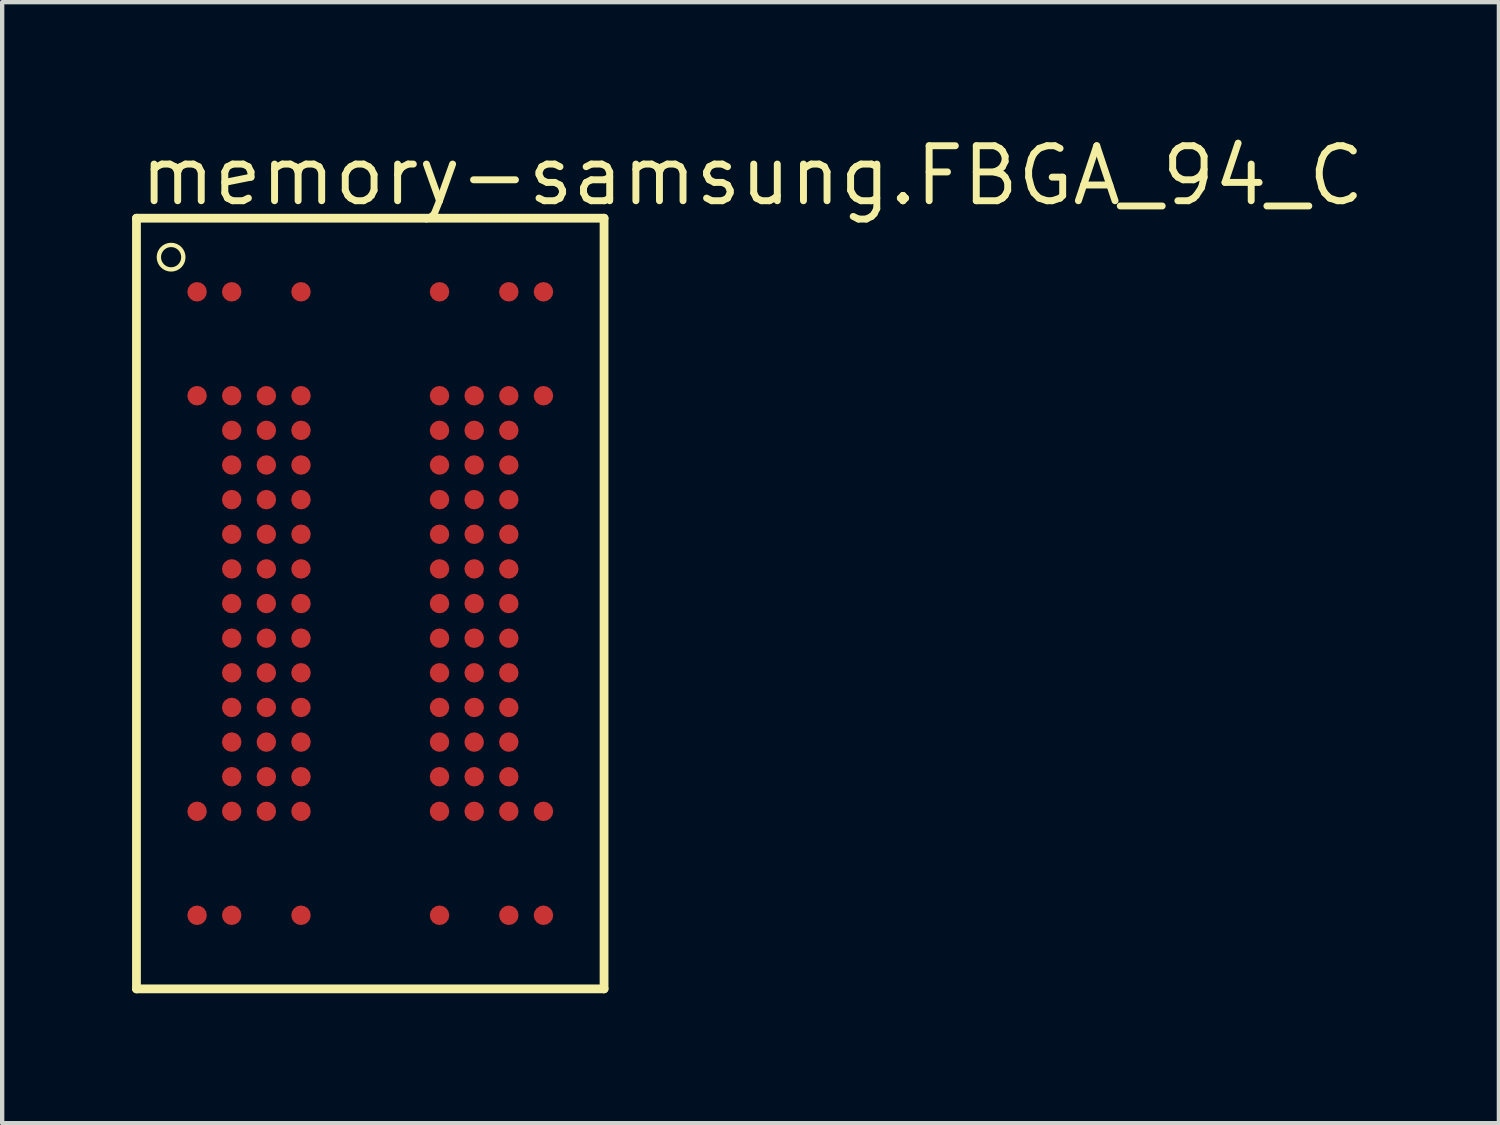
<source format=kicad_pcb>
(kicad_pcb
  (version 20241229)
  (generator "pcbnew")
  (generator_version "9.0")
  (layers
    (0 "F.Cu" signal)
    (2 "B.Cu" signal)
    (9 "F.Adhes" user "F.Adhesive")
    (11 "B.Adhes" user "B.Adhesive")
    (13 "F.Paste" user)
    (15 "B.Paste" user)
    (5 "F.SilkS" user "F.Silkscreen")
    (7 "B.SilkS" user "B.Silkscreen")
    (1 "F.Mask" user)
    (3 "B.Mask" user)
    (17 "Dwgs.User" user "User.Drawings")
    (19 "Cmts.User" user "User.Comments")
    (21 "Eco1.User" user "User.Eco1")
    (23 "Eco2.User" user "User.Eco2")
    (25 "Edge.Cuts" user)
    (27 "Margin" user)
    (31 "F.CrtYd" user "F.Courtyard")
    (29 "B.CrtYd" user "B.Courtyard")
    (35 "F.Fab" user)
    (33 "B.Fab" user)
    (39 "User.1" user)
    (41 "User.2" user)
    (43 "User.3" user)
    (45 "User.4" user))
  (footprint "memory-samsung.FBGA_94_C"
    (layer "F.Cu")
    (at 5.502 10.89)
    (property "Reference" "memory-samsung.FBGA_94_C" (at -5.4 -9.14 0) (layer "F.SilkS") (effects (font (size 1.27 1.27) (thickness 0.16)) (justify left bottom)))
    (attr smd)
    (fp_circle (center -4 -7.2) (end -3.775 -7.2) (stroke (width 0.1) (type default)) (fill no) (layer "F.Mask"))
    (fp_circle (center -4 -4.8) (end -3.775 -4.8) (stroke (width 0.1) (type default)) (fill no) (layer "F.Mask"))
    (fp_circle (center -4 4.8) (end -3.775 4.8) (stroke (width 0.1) (type default)) (fill no) (layer "F.Mask"))
    (fp_circle (center -4 7.2) (end -3.775 7.2) (stroke (width 0.1) (type default)) (fill no) (layer "F.Mask"))
    (fp_circle (center -3.2 -7.2) (end -2.975 -7.2) (stroke (width 0.1) (type default)) (fill no) (layer "F.Mask"))
    (fp_circle (center -3.2 -4.8) (end -2.975 -4.8) (stroke (width 0.1) (type default)) (fill no) (layer "F.Mask"))
    (fp_circle (center -3.2 -4) (end -2.975 -4) (stroke (width 0.1) (type default)) (fill no) (layer "F.Mask"))
    (fp_circle (center -3.2 -3.2) (end -2.975 -3.2) (stroke (width 0.1) (type default)) (fill no) (layer "F.Mask"))
    (fp_circle (center -3.2 -2.4) (end -2.975 -2.4) (stroke (width 0.1) (type default)) (fill no) (layer "F.Mask"))
    (fp_circle (center -3.2 -1.6) (end -2.975 -1.6) (stroke (width 0.1) (type default)) (fill no) (layer "F.Mask"))
    (fp_circle (center -3.2 -0.8) (end -2.975 -0.8) (stroke (width 0.1) (type default)) (fill no) (layer "F.Mask"))
    (fp_circle (center -3.2 0) (end -2.975 0) (stroke (width 0.1) (type default)) (fill no) (layer "F.Mask"))
    (fp_circle (center -3.2 0.8) (end -2.975 0.8) (stroke (width 0.1) (type default)) (fill no) (layer "F.Mask"))
    (fp_circle (center -3.2 1.6) (end -2.975 1.6) (stroke (width 0.1) (type default)) (fill no) (layer "F.Mask"))
    (fp_circle (center -3.2 2.4) (end -2.975 2.4) (stroke (width 0.1) (type default)) (fill no) (layer "F.Mask"))
    (fp_circle (center -3.2 3.2) (end -2.975 3.2) (stroke (width 0.1) (type default)) (fill no) (layer "F.Mask"))
    (fp_circle (center -3.2 4) (end -2.975 4) (stroke (width 0.1) (type default)) (fill no) (layer "F.Mask"))
    (fp_circle (center -3.2 4.8) (end -2.975 4.8) (stroke (width 0.1) (type default)) (fill no) (layer "F.Mask"))
    (fp_circle (center -3.2 7.2) (end -2.975 7.2) (stroke (width 0.1) (type default)) (fill no) (layer "F.Mask"))
    (fp_circle (center -2.4 -4.8) (end -2.175 -4.8) (stroke (width 0.1) (type default)) (fill no) (layer "F.Mask"))
    (fp_circle (center -2.4 -4) (end -2.175 -4) (stroke (width 0.1) (type default)) (fill no) (layer "F.Mask"))
    (fp_circle (center -2.4 -3.2) (end -2.175 -3.2) (stroke (width 0.1) (type default)) (fill no) (layer "F.Mask"))
    (fp_circle (center -2.4 -2.4) (end -2.175 -2.4) (stroke (width 0.1) (type default)) (fill no) (layer "F.Mask"))
    (fp_circle (center -2.4 -1.6) (end -2.175 -1.6) (stroke (width 0.1) (type default)) (fill no) (layer "F.Mask"))
    (fp_circle (center -2.4 -0.8) (end -2.175 -0.8) (stroke (width 0.1) (type default)) (fill no) (layer "F.Mask"))
    (fp_circle (center -2.4 0) (end -2.175 0) (stroke (width 0.1) (type default)) (fill no) (layer "F.Mask"))
    (fp_circle (center -2.4 0.8) (end -2.175 0.8) (stroke (width 0.1) (type default)) (fill no) (layer "F.Mask"))
    (fp_circle (center -2.4 1.6) (end -2.175 1.6) (stroke (width 0.1) (type default)) (fill no) (layer "F.Mask"))
    (fp_circle (center -2.4 2.4) (end -2.175 2.4) (stroke (width 0.1) (type default)) (fill no) (layer "F.Mask"))
    (fp_circle (center -2.4 3.2) (end -2.175 3.2) (stroke (width 0.1) (type default)) (fill no) (layer "F.Mask"))
    (fp_circle (center -2.4 4) (end -2.175 4) (stroke (width 0.1) (type default)) (fill no) (layer "F.Mask"))
    (fp_circle (center -2.4 4.8) (end -2.175 4.8) (stroke (width 0.1) (type default)) (fill no) (layer "F.Mask"))
    (fp_circle (center -1.6 -7.2) (end -1.375 -7.2) (stroke (width 0.1) (type default)) (fill no) (layer "F.Mask"))
    (fp_circle (center -1.6 -4.8) (end -1.375 -4.8) (stroke (width 0.1) (type default)) (fill no) (layer "F.Mask"))
    (fp_circle (center -1.6 -4) (end -1.375 -4) (stroke (width 0.1) (type default)) (fill no) (layer "F.Mask"))
    (fp_circle (center -1.6 -3.2) (end -1.375 -3.2) (stroke (width 0.1) (type default)) (fill no) (layer "F.Mask"))
    (fp_circle (center -1.6 -2.4) (end -1.375 -2.4) (stroke (width 0.1) (type default)) (fill no) (layer "F.Mask"))
    (fp_circle (center -1.6 -1.6) (end -1.375 -1.6) (stroke (width 0.1) (type default)) (fill no) (layer "F.Mask"))
    (fp_circle (center -1.6 -0.8) (end -1.375 -0.8) (stroke (width 0.1) (type default)) (fill no) (layer "F.Mask"))
    (fp_circle (center -1.6 0) (end -1.375 0) (stroke (width 0.1) (type default)) (fill no) (layer "F.Mask"))
    (fp_circle (center -1.6 0.8) (end -1.375 0.8) (stroke (width 0.1) (type default)) (fill no) (layer "F.Mask"))
    (fp_circle (center -1.6 1.6) (end -1.375 1.6) (stroke (width 0.1) (type default)) (fill no) (layer "F.Mask"))
    (fp_circle (center -1.6 2.4) (end -1.375 2.4) (stroke (width 0.1) (type default)) (fill no) (layer "F.Mask"))
    (fp_circle (center -1.6 3.2) (end -1.375 3.2) (stroke (width 0.1) (type default)) (fill no) (layer "F.Mask"))
    (fp_circle (center -1.6 4) (end -1.375 4) (stroke (width 0.1) (type default)) (fill no) (layer "F.Mask"))
    (fp_circle (center -1.6 4.8) (end -1.375 4.8) (stroke (width 0.1) (type default)) (fill no) (layer "F.Mask"))
    (fp_circle (center -1.6 7.2) (end -1.375 7.2) (stroke (width 0.1) (type default)) (fill no) (layer "F.Mask"))
    (fp_circle (center 1.6 -7.2) (end 1.825 -7.2) (stroke (width 0.1) (type default)) (fill no) (layer "F.Mask"))
    (fp_circle (center 1.6 -4.8) (end 1.825 -4.8) (stroke (width 0.1) (type default)) (fill no) (layer "F.Mask"))
    (fp_circle (center 1.6 -4) (end 1.825 -4) (stroke (width 0.1) (type default)) (fill no) (layer "F.Mask"))
    (fp_circle (center 1.6 -3.2) (end 1.825 -3.2) (stroke (width 0.1) (type default)) (fill no) (layer "F.Mask"))
    (fp_circle (center 1.6 -2.4) (end 1.825 -2.4) (stroke (width 0.1) (type default)) (fill no) (layer "F.Mask"))
    (fp_circle (center 1.6 -1.6) (end 1.825 -1.6) (stroke (width 0.1) (type default)) (fill no) (layer "F.Mask"))
    (fp_circle (center 1.6 -0.8) (end 1.825 -0.8) (stroke (width 0.1) (type default)) (fill no) (layer "F.Mask"))
    (fp_circle (center 1.6 0) (end 1.825 0) (stroke (width 0.1) (type default)) (fill no) (layer "F.Mask"))
    (fp_circle (center 1.6 0.8) (end 1.825 0.8) (stroke (width 0.1) (type default)) (fill no) (layer "F.Mask"))
    (fp_circle (center 1.6 1.6) (end 1.825 1.6) (stroke (width 0.1) (type default)) (fill no) (layer "F.Mask"))
    (fp_circle (center 1.6 2.4) (end 1.825 2.4) (stroke (width 0.1) (type default)) (fill no) (layer "F.Mask"))
    (fp_circle (center 1.6 3.2) (end 1.825 3.2) (stroke (width 0.1) (type default)) (fill no) (layer "F.Mask"))
    (fp_circle (center 1.6 4) (end 1.825 4) (stroke (width 0.1) (type default)) (fill no) (layer "F.Mask"))
    (fp_circle (center 1.6 4.8) (end 1.825 4.8) (stroke (width 0.1) (type default)) (fill no) (layer "F.Mask"))
    (fp_circle (center 1.6 7.2) (end 1.825 7.2) (stroke (width 0.1) (type default)) (fill no) (layer "F.Mask"))
    (fp_circle (center 2.4 -4.8) (end 2.625 -4.8) (stroke (width 0.1) (type default)) (fill no) (layer "F.Mask"))
    (fp_circle (center 2.4 -4) (end 2.625 -4) (stroke (width 0.1) (type default)) (fill no) (layer "F.Mask"))
    (fp_circle (center 2.4 -3.2) (end 2.625 -3.2) (stroke (width 0.1) (type default)) (fill no) (layer "F.Mask"))
    (fp_circle (center 2.4 -2.4) (end 2.625 -2.4) (stroke (width 0.1) (type default)) (fill no) (layer "F.Mask"))
    (fp_circle (center 2.4 -1.6) (end 2.625 -1.6) (stroke (width 0.1) (type default)) (fill no) (layer "F.Mask"))
    (fp_circle (center 2.4 -0.8) (end 2.625 -0.8) (stroke (width 0.1) (type default)) (fill no) (layer "F.Mask"))
    (fp_circle (center 2.4 0) (end 2.625 0) (stroke (width 0.1) (type default)) (fill no) (layer "F.Mask"))
    (fp_circle (center 2.4 0.8) (end 2.625 0.8) (stroke (width 0.1) (type default)) (fill no) (layer "F.Mask"))
    (fp_circle (center 2.4 1.6) (end 2.625 1.6) (stroke (width 0.1) (type default)) (fill no) (layer "F.Mask"))
    (fp_circle (center 2.4 2.4) (end 2.625 2.4) (stroke (width 0.1) (type default)) (fill no) (layer "F.Mask"))
    (fp_circle (center 2.4 3.2) (end 2.625 3.2) (stroke (width 0.1) (type default)) (fill no) (layer "F.Mask"))
    (fp_circle (center 2.4 4) (end 2.625 4) (stroke (width 0.1) (type default)) (fill no) (layer "F.Mask"))
    (fp_circle (center 2.4 4.8) (end 2.625 4.8) (stroke (width 0.1) (type default)) (fill no) (layer "F.Mask"))
    (fp_circle (center 3.2 -7.2) (end 3.425 -7.2) (stroke (width 0.1) (type default)) (fill no) (layer "F.Mask"))
    (fp_circle (center 3.2 -4.8) (end 3.425 -4.8) (stroke (width 0.1) (type default)) (fill no) (layer "F.Mask"))
    (fp_circle (center 3.2 -4) (end 3.425 -4) (stroke (width 0.1) (type default)) (fill no) (layer "F.Mask"))
    (fp_circle (center 3.2 -3.2) (end 3.425 -3.2) (stroke (width 0.1) (type default)) (fill no) (layer "F.Mask"))
    (fp_circle (center 3.2 -2.4) (end 3.425 -2.4) (stroke (width 0.1) (type default)) (fill no) (layer "F.Mask"))
    (fp_circle (center 3.2 -1.6) (end 3.425 -1.6) (stroke (width 0.1) (type default)) (fill no) (layer "F.Mask"))
    (fp_circle (center 3.2 -0.8) (end 3.425 -0.8) (stroke (width 0.1) (type default)) (fill no) (layer "F.Mask"))
    (fp_circle (center 3.2 0) (end 3.425 0) (stroke (width 0.1) (type default)) (fill no) (layer "F.Mask"))
    (fp_circle (center 3.2 0.8) (end 3.425 0.8) (stroke (width 0.1) (type default)) (fill no) (layer "F.Mask"))
    (fp_circle (center 3.2 1.6) (end 3.425 1.6) (stroke (width 0.1) (type default)) (fill no) (layer "F.Mask"))
    (fp_circle (center 3.2 2.4) (end 3.425 2.4) (stroke (width 0.1) (type default)) (fill no) (layer "F.Mask"))
    (fp_circle (center 3.2 3.2) (end 3.425 3.2) (stroke (width 0.1) (type default)) (fill no) (layer "F.Mask"))
    (fp_circle (center 3.2 4) (end 3.425 4) (stroke (width 0.1) (type default)) (fill no) (layer "F.Mask"))
    (fp_circle (center 3.2 4.8) (end 3.425 4.8) (stroke (width 0.1) (type default)) (fill no) (layer "F.Mask"))
    (fp_circle (center 3.2 7.2) (end 3.425 7.2) (stroke (width 0.1) (type default)) (fill no) (layer "F.Mask"))
    (fp_circle (center 4 -7.2) (end 4.225 -7.2) (stroke (width 0.1) (type default)) (fill no) (layer "F.Mask"))
    (fp_circle (center 4 -4.8) (end 4.225 -4.8) (stroke (width 0.1) (type default)) (fill no) (layer "F.Mask"))
    (fp_circle (center 4 4.8) (end 4.225 4.8) (stroke (width 0.1) (type default)) (fill no) (layer "F.Mask"))
    (fp_circle (center 4 7.2) (end 4.225 7.2) (stroke (width 0.1) (type default)) (fill no) (layer "F.Mask"))
    (fp_line (start -5.4 -8.9) (end -5.4 8.9) (stroke (width 0.203) (type default)) (layer "F.SilkS"))
    (fp_line (start -5.4 8.9) (end 5.4 8.9) (stroke (width 0.203) (type default)) (layer "F.SilkS"))
    (fp_line (start 5.4 -8.9) (end -5.4 -8.9) (stroke (width 0.203) (type default)) (layer "F.SilkS"))
    (fp_line (start 5.4 8.9) (end 5.4 -8.9) (stroke (width 0.203) (type default)) (layer "F.SilkS"))
    (fp_circle (center -4.6 -8) (end -4.317 -8) (stroke (width 0.1) (type default)) (fill no) (layer "F.SilkS"))
    (pad "A1" smd roundrect (at -4 -7.2) (size 0.45 0.45) (layers "F.Cu" "F.Mask" "F.Paste") (roundrect_rratio 0.5))
    (pad "A2" smd roundrect (at -3.2 -7.2) (size 0.45 0.45) (layers "F.Cu" "F.Mask" "F.Paste") (roundrect_rratio 0.5))
    (pad "A4" smd roundrect (at -1.6 -7.2) (size 0.45 0.45) (layers "F.Cu" "F.Mask" "F.Paste") (roundrect_rratio 0.5))
    (pad "A8" smd roundrect (at 1.6 -7.2) (size 0.45 0.45) (layers "F.Cu" "F.Mask" "F.Paste") (roundrect_rratio 0.5))
    (pad "A10" smd roundrect (at 3.2 -7.2) (size 0.45 0.45) (layers "F.Cu" "F.Mask" "F.Paste") (roundrect_rratio 0.5))
    (pad "A11" smd roundrect (at 4 -7.2) (size 0.45 0.45) (layers "F.Cu" "F.Mask" "F.Paste") (roundrect_rratio 0.5))
    (pad "D1" smd roundrect (at -4 -4.8) (size 0.45 0.45) (layers "F.Cu" "F.Mask" "F.Paste") (roundrect_rratio 0.5))
    (pad "D2" smd roundrect (at -3.2 -4.8) (size 0.45 0.45) (layers "F.Cu" "F.Mask" "F.Paste") (roundrect_rratio 0.5))
    (pad "D3" smd roundrect (at -2.4 -4.8) (size 0.45 0.45) (layers "F.Cu" "F.Mask" "F.Paste") (roundrect_rratio 0.5))
    (pad "D4" smd roundrect (at -1.6 -4.8) (size 0.45 0.45) (layers "F.Cu" "F.Mask" "F.Paste") (roundrect_rratio 0.5))
    (pad "D8" smd roundrect (at 1.6 -4.8) (size 0.45 0.45) (layers "F.Cu" "F.Mask" "F.Paste") (roundrect_rratio 0.5))
    (pad "D9" smd roundrect (at 2.4 -4.8) (size 0.45 0.45) (layers "F.Cu" "F.Mask" "F.Paste") (roundrect_rratio 0.5))
    (pad "D10" smd roundrect (at 3.2 -4.8) (size 0.45 0.45) (layers "F.Cu" "F.Mask" "F.Paste") (roundrect_rratio 0.5))
    (pad "D11" smd roundrect (at 4 -4.8) (size 0.45 0.45) (layers "F.Cu" "F.Mask" "F.Paste") (roundrect_rratio 0.5))
    (pad "E2" smd roundrect (at -3.2 -4) (size 0.45 0.45) (layers "F.Cu" "F.Mask" "F.Paste") (roundrect_rratio 0.5))
    (pad "E3" smd roundrect (at -2.4 -4) (size 0.45 0.45) (layers "F.Cu" "F.Mask" "F.Paste") (roundrect_rratio 0.5))
    (pad "E4" smd roundrect (at -1.6 -4) (size 0.45 0.45) (layers "F.Cu" "F.Mask" "F.Paste") (roundrect_rratio 0.5))
    (pad "E8" smd roundrect (at 1.6 -4) (size 0.45 0.45) (layers "F.Cu" "F.Mask" "F.Paste") (roundrect_rratio 0.5))
    (pad "E9" smd roundrect (at 2.4 -4) (size 0.45 0.45) (layers "F.Cu" "F.Mask" "F.Paste") (roundrect_rratio 0.5))
    (pad "E10" smd roundrect (at 3.2 -4) (size 0.45 0.45) (layers "F.Cu" "F.Mask" "F.Paste") (roundrect_rratio 0.5))
    (pad "F2" smd roundrect (at -3.2 -3.2) (size 0.45 0.45) (layers "F.Cu" "F.Mask" "F.Paste") (roundrect_rratio 0.5))
    (pad "F3" smd roundrect (at -2.4 -3.2) (size 0.45 0.45) (layers "F.Cu" "F.Mask" "F.Paste") (roundrect_rratio 0.5))
    (pad "F4" smd roundrect (at -1.6 -3.2) (size 0.45 0.45) (layers "F.Cu" "F.Mask" "F.Paste") (roundrect_rratio 0.5))
    (pad "F8" smd roundrect (at 1.6 -3.2) (size 0.45 0.45) (layers "F.Cu" "F.Mask" "F.Paste") (roundrect_rratio 0.5))
    (pad "F9" smd roundrect (at 2.4 -3.2) (size 0.45 0.45) (layers "F.Cu" "F.Mask" "F.Paste") (roundrect_rratio 0.5))
    (pad "F10" smd roundrect (at 3.2 -3.2) (size 0.45 0.45) (layers "F.Cu" "F.Mask" "F.Paste") (roundrect_rratio 0.5))
    (pad "G2" smd roundrect (at -3.2 -2.4) (size 0.45 0.45) (layers "F.Cu" "F.Mask" "F.Paste") (roundrect_rratio 0.5))
    (pad "G3" smd roundrect (at -2.4 -2.4) (size 0.45 0.45) (layers "F.Cu" "F.Mask" "F.Paste") (roundrect_rratio 0.5))
    (pad "G4" smd roundrect (at -1.6 -2.4) (size 0.45 0.45) (layers "F.Cu" "F.Mask" "F.Paste") (roundrect_rratio 0.5))
    (pad "G8" smd roundrect (at 1.6 -2.4) (size 0.45 0.45) (layers "F.Cu" "F.Mask" "F.Paste") (roundrect_rratio 0.5))
    (pad "G9" smd roundrect (at 2.4 -2.4) (size 0.45 0.45) (layers "F.Cu" "F.Mask" "F.Paste") (roundrect_rratio 0.5))
    (pad "G10" smd roundrect (at 3.2 -2.4) (size 0.45 0.45) (layers "F.Cu" "F.Mask" "F.Paste") (roundrect_rratio 0.5))
    (pad "H2" smd roundrect (at -3.2 -1.6) (size 0.45 0.45) (layers "F.Cu" "F.Mask" "F.Paste") (roundrect_rratio 0.5))
    (pad "H3" smd roundrect (at -2.4 -1.6) (size 0.45 0.45) (layers "F.Cu" "F.Mask" "F.Paste") (roundrect_rratio 0.5))
    (pad "H4" smd roundrect (at -1.6 -1.6) (size 0.45 0.45) (layers "F.Cu" "F.Mask" "F.Paste") (roundrect_rratio 0.5))
    (pad "H8" smd roundrect (at 1.6 -1.6) (size 0.45 0.45) (layers "F.Cu" "F.Mask" "F.Paste") (roundrect_rratio 0.5))
    (pad "H9" smd roundrect (at 2.4 -1.6) (size 0.45 0.45) (layers "F.Cu" "F.Mask" "F.Paste") (roundrect_rratio 0.5))
    (pad "H10" smd roundrect (at 3.2 -1.6) (size 0.45 0.45) (layers "F.Cu" "F.Mask" "F.Paste") (roundrect_rratio 0.5))
    (pad "J2" smd roundrect (at -3.2 -0.8) (size 0.45 0.45) (layers "F.Cu" "F.Mask" "F.Paste") (roundrect_rratio 0.5))
    (pad "J3" smd roundrect (at -2.4 -0.8) (size 0.45 0.45) (layers "F.Cu" "F.Mask" "F.Paste") (roundrect_rratio 0.5))
    (pad "J4" smd roundrect (at -1.6 -0.8) (size 0.45 0.45) (layers "F.Cu" "F.Mask" "F.Paste") (roundrect_rratio 0.5))
    (pad "J8" smd roundrect (at 1.6 -0.8) (size 0.45 0.45) (layers "F.Cu" "F.Mask" "F.Paste") (roundrect_rratio 0.5))
    (pad "J9" smd roundrect (at 2.4 -0.8) (size 0.45 0.45) (layers "F.Cu" "F.Mask" "F.Paste") (roundrect_rratio 0.5))
    (pad "J10" smd roundrect (at 3.2 -0.8) (size 0.45 0.45) (layers "F.Cu" "F.Mask" "F.Paste") (roundrect_rratio 0.5))
    (pad "K2" smd roundrect (at -3.2 0) (size 0.45 0.45) (layers "F.Cu" "F.Mask" "F.Paste") (roundrect_rratio 0.5))
    (pad "K3" smd roundrect (at -2.4 0) (size 0.45 0.45) (layers "F.Cu" "F.Mask" "F.Paste") (roundrect_rratio 0.5))
    (pad "K4" smd roundrect (at -1.6 0) (size 0.45 0.45) (layers "F.Cu" "F.Mask" "F.Paste") (roundrect_rratio 0.5))
    (pad "K8" smd roundrect (at 1.6 0) (size 0.45 0.45) (layers "F.Cu" "F.Mask" "F.Paste") (roundrect_rratio 0.5))
    (pad "K9" smd roundrect (at 2.4 0) (size 0.45 0.45) (layers "F.Cu" "F.Mask" "F.Paste") (roundrect_rratio 0.5))
    (pad "K10" smd roundrect (at 3.2 0) (size 0.45 0.45) (layers "F.Cu" "F.Mask" "F.Paste") (roundrect_rratio 0.5))
    (pad "L2" smd roundrect (at -3.2 0.8) (size 0.45 0.45) (layers "F.Cu" "F.Mask" "F.Paste") (roundrect_rratio 0.5))
    (pad "L3" smd roundrect (at -2.4 0.8) (size 0.45 0.45) (layers "F.Cu" "F.Mask" "F.Paste") (roundrect_rratio 0.5))
    (pad "L4" smd roundrect (at -1.6 0.8) (size 0.45 0.45) (layers "F.Cu" "F.Mask" "F.Paste") (roundrect_rratio 0.5))
    (pad "L8" smd roundrect (at 1.6 0.8) (size 0.45 0.45) (layers "F.Cu" "F.Mask" "F.Paste") (roundrect_rratio 0.5))
    (pad "L9" smd roundrect (at 2.4 0.8) (size 0.45 0.45) (layers "F.Cu" "F.Mask" "F.Paste") (roundrect_rratio 0.5))
    (pad "L10" smd roundrect (at 3.2 0.8) (size 0.45 0.45) (layers "F.Cu" "F.Mask" "F.Paste") (roundrect_rratio 0.5))
    (pad "M2" smd roundrect (at -3.2 1.6) (size 0.45 0.45) (layers "F.Cu" "F.Mask" "F.Paste") (roundrect_rratio 0.5))
    (pad "M3" smd roundrect (at -2.4 1.6) (size 0.45 0.45) (layers "F.Cu" "F.Mask" "F.Paste") (roundrect_rratio 0.5))
    (pad "M4" smd roundrect (at -1.6 1.6) (size 0.45 0.45) (layers "F.Cu" "F.Mask" "F.Paste") (roundrect_rratio 0.5))
    (pad "M8" smd roundrect (at 1.6 1.6) (size 0.45 0.45) (layers "F.Cu" "F.Mask" "F.Paste") (roundrect_rratio 0.5))
    (pad "M9" smd roundrect (at 2.4 1.6) (size 0.45 0.45) (layers "F.Cu" "F.Mask" "F.Paste") (roundrect_rratio 0.5))
    (pad "M10" smd roundrect (at 3.2 1.6) (size 0.45 0.45) (layers "F.Cu" "F.Mask" "F.Paste") (roundrect_rratio 0.5))
    (pad "N2" smd roundrect (at -3.2 2.4) (size 0.45 0.45) (layers "F.Cu" "F.Mask" "F.Paste") (roundrect_rratio 0.5))
    (pad "N3" smd roundrect (at -2.4 2.4) (size 0.45 0.45) (layers "F.Cu" "F.Mask" "F.Paste") (roundrect_rratio 0.5))
    (pad "N4" smd roundrect (at -1.6 2.4) (size 0.45 0.45) (layers "F.Cu" "F.Mask" "F.Paste") (roundrect_rratio 0.5))
    (pad "N8" smd roundrect (at 1.6 2.4) (size 0.45 0.45) (layers "F.Cu" "F.Mask" "F.Paste") (roundrect_rratio 0.5))
    (pad "N9" smd roundrect (at 2.4 2.4) (size 0.45 0.45) (layers "F.Cu" "F.Mask" "F.Paste") (roundrect_rratio 0.5))
    (pad "N10" smd roundrect (at 3.2 2.4) (size 0.45 0.45) (layers "F.Cu" "F.Mask" "F.Paste") (roundrect_rratio 0.5))
    (pad "P2" smd roundrect (at -3.2 3.2) (size 0.45 0.45) (layers "F.Cu" "F.Mask" "F.Paste") (roundrect_rratio 0.5))
    (pad "P3" smd roundrect (at -2.4 3.2) (size 0.45 0.45) (layers "F.Cu" "F.Mask" "F.Paste") (roundrect_rratio 0.5))
    (pad "P4" smd roundrect (at -1.6 3.2) (size 0.45 0.45) (layers "F.Cu" "F.Mask" "F.Paste") (roundrect_rratio 0.5))
    (pad "P8" smd roundrect (at 1.6 3.2) (size 0.45 0.45) (layers "F.Cu" "F.Mask" "F.Paste") (roundrect_rratio 0.5))
    (pad "P9" smd roundrect (at 2.4 3.2) (size 0.45 0.45) (layers "F.Cu" "F.Mask" "F.Paste") (roundrect_rratio 0.5))
    (pad "P10" smd roundrect (at 3.2 3.2) (size 0.45 0.45) (layers "F.Cu" "F.Mask" "F.Paste") (roundrect_rratio 0.5))
    (pad "R2" smd roundrect (at -3.2 4) (size 0.45 0.45) (layers "F.Cu" "F.Mask" "F.Paste") (roundrect_rratio 0.5))
    (pad "R3" smd roundrect (at -2.4 4) (size 0.45 0.45) (layers "F.Cu" "F.Mask" "F.Paste") (roundrect_rratio 0.5))
    (pad "R4" smd roundrect (at -1.6 4) (size 0.45 0.45) (layers "F.Cu" "F.Mask" "F.Paste") (roundrect_rratio 0.5))
    (pad "R8" smd roundrect (at 1.6 4) (size 0.45 0.45) (layers "F.Cu" "F.Mask" "F.Paste") (roundrect_rratio 0.5))
    (pad "R9" smd roundrect (at 2.4 4) (size 0.45 0.45) (layers "F.Cu" "F.Mask" "F.Paste") (roundrect_rratio 0.5))
    (pad "R10" smd roundrect (at 3.2 4) (size 0.45 0.45) (layers "F.Cu" "F.Mask" "F.Paste") (roundrect_rratio 0.5))
    (pad "T1" smd roundrect (at -4 4.8) (size 0.45 0.45) (layers "F.Cu" "F.Mask" "F.Paste") (roundrect_rratio 0.5))
    (pad "T2" smd roundrect (at -3.2 4.8) (size 0.45 0.45) (layers "F.Cu" "F.Mask" "F.Paste") (roundrect_rratio 0.5))
    (pad "T3" smd roundrect (at -2.4 4.8) (size 0.45 0.45) (layers "F.Cu" "F.Mask" "F.Paste") (roundrect_rratio 0.5))
    (pad "T4" smd roundrect (at -1.6 4.8) (size 0.45 0.45) (layers "F.Cu" "F.Mask" "F.Paste") (roundrect_rratio 0.5))
    (pad "T8" smd roundrect (at 1.6 4.8) (size 0.45 0.45) (layers "F.Cu" "F.Mask" "F.Paste") (roundrect_rratio 0.5))
    (pad "T9" smd roundrect (at 2.4 4.8) (size 0.45 0.45) (layers "F.Cu" "F.Mask" "F.Paste") (roundrect_rratio 0.5))
    (pad "T10" smd roundrect (at 3.2 4.8) (size 0.45 0.45) (layers "F.Cu" "F.Mask" "F.Paste") (roundrect_rratio 0.5))
    (pad "T11" smd roundrect (at 4 4.8) (size 0.45 0.45) (layers "F.Cu" "F.Mask" "F.Paste") (roundrect_rratio 0.5))
    (pad "W1" smd roundrect (at -4 7.2) (size 0.45 0.45) (layers "F.Cu" "F.Mask" "F.Paste") (roundrect_rratio 0.5))
    (pad "W2" smd roundrect (at -3.2 7.2) (size 0.45 0.45) (layers "F.Cu" "F.Mask" "F.Paste") (roundrect_rratio 0.5))
    (pad "W4" smd roundrect (at -1.6 7.2) (size 0.45 0.45) (layers "F.Cu" "F.Mask" "F.Paste") (roundrect_rratio 0.5))
    (pad "W8" smd roundrect (at 1.6 7.2) (size 0.45 0.45) (layers "F.Cu" "F.Mask" "F.Paste") (roundrect_rratio 0.5))
    (pad "W10" smd roundrect (at 3.2 7.2) (size 0.45 0.45) (layers "F.Cu" "F.Mask" "F.Paste") (roundrect_rratio 0.5))
    (pad "W11" smd roundrect (at 4 7.2) (size 0.45 0.45) (layers "F.Cu" "F.Mask" "F.Paste") (roundrect_rratio 0.5)))
  (gr_rect
    (start -3 -3)
    (end 31.57 22.892)
    (stroke (width 0.1) (type default))
    (fill no)
    (layer "Edge.Cuts")))
</source>
